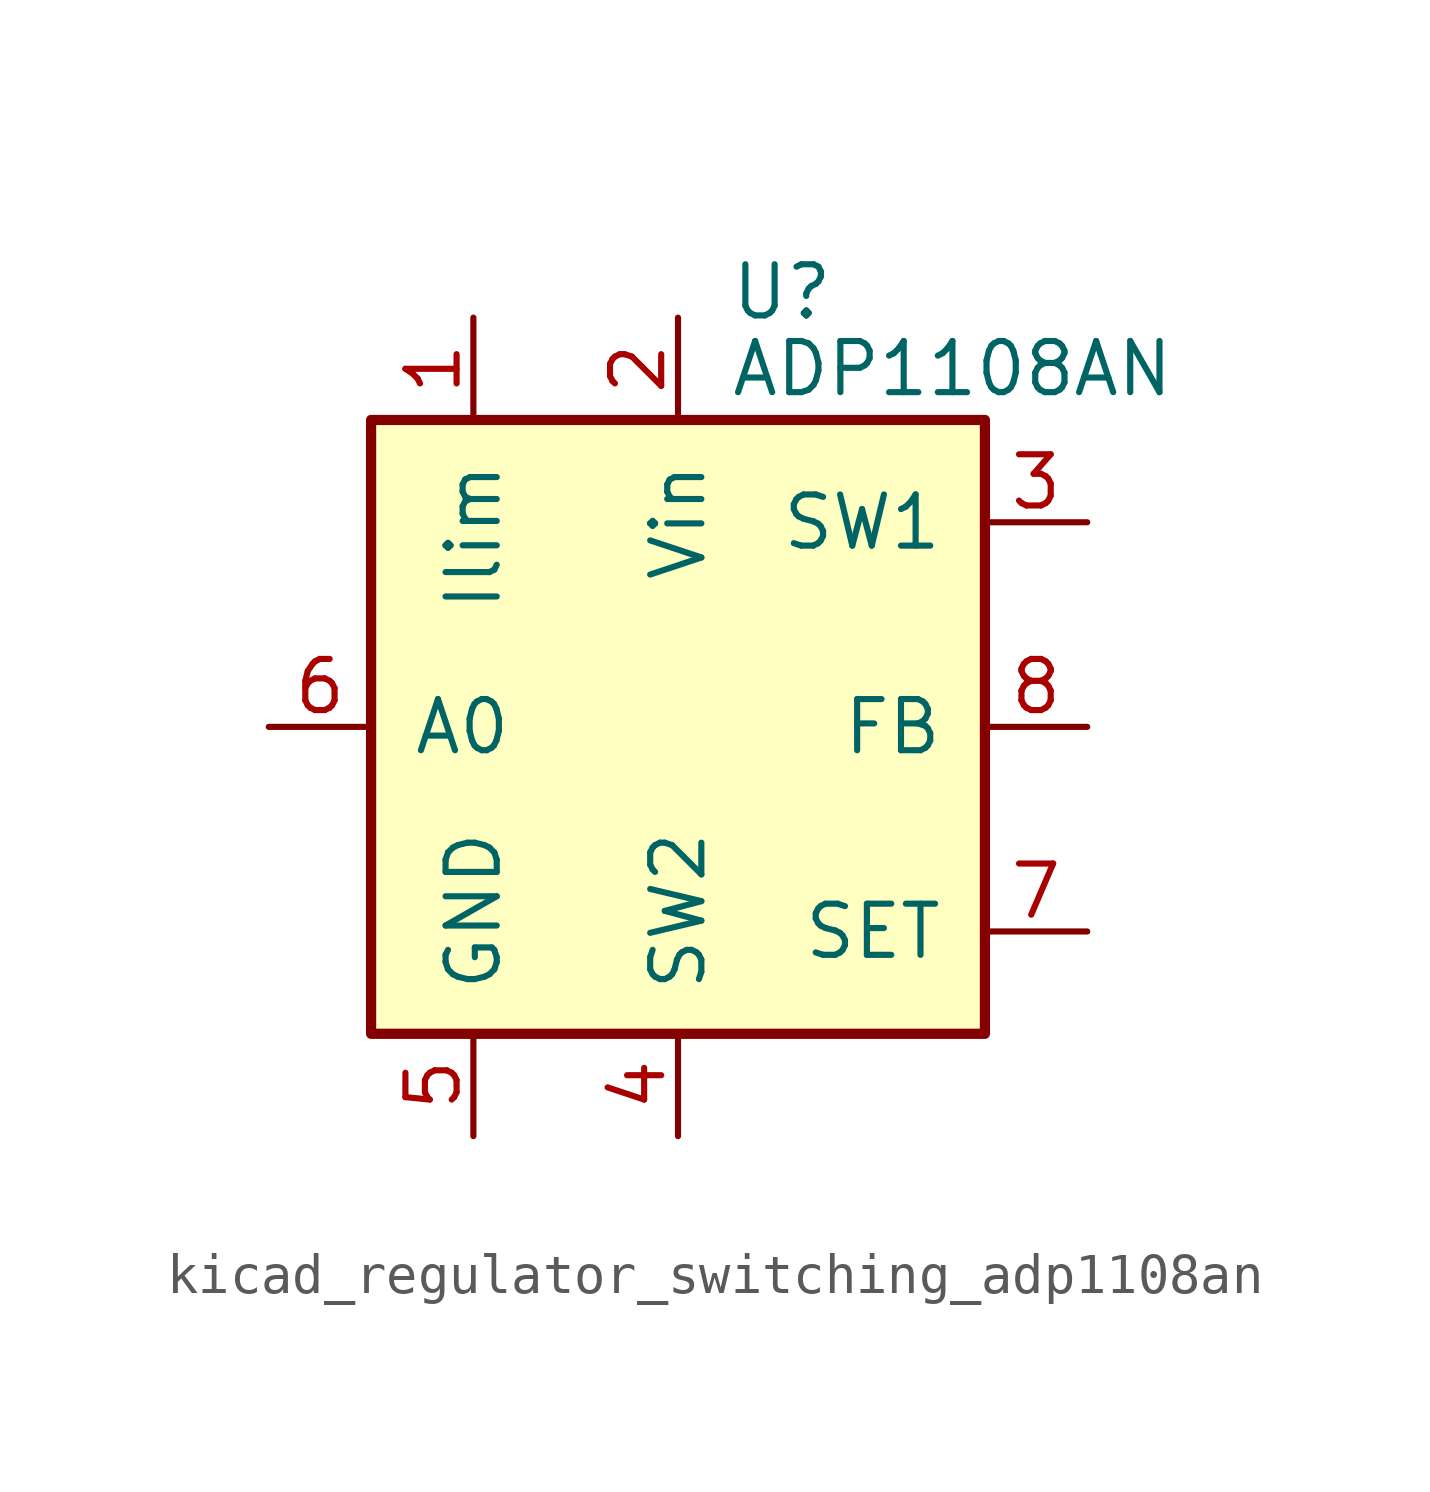
<source format=kicad_sym>
(kicad_symbol_lib
  (version 20220914)
  (generator kicad_symbol_editor)
  (symbol "kicad_regulator_switching_adp1108an"
    (pin_names
      (offset 1.016))
    (property "Reference" "U"
      (at 1.27 10.795 0)
      (effects (font (size 1.27 1.27)) (justify left)))
    (property "Value" "ADP1108AN"
      (at 1.27 8.89 0)
      (effects (font (size 1.27 1.27)) (justify left)))
    (symbol "kicad_regulator_switching_adp1108an_0_1"
      (rectangle (start -7.62 7.62) (end 7.62 -7.62) (stroke (width 0.254) (type default)) (fill (type background))))
    (symbol "kicad_regulator_switching_adp1108an_1_1"
      (pin input line (at -5.08 10.16 270) (length 2.54) (name "Ilim" (effects (font (size 1.27 1.27)))) (number "1" (effects (font (size 1.27 1.27)))))
      (pin power_in line (at 0 10.16 270) (length 2.54) (name "Vin" (effects (font (size 1.27 1.27)))) (number "2" (effects (font (size 1.27 1.27)))))
      (pin input line (at 10.16 5.08 180) (length 2.54) (name "SW1" (effects (font (size 1.27 1.27)))) (number "3" (effects (font (size 1.27 1.27)))))
      (pin input line (at 0 -10.16 90) (length 2.54) (name "SW2" (effects (font (size 1.27 1.27)))) (number "4" (effects (font (size 1.27 1.27)))))
      (pin power_in line (at -5.08 -10.16 90) (length 2.54) (name "GND" (effects (font (size 1.27 1.27)))) (number "5" (effects (font (size 1.27 1.27)))))
      (pin output line (at -10.16 0 0) (length 2.54) (name "A0" (effects (font (size 1.27 1.27)))) (number "6" (effects (font (size 1.27 1.27)))))
      (pin input line (at 10.16 -5.08 180) (length 2.54) (name "SET" (effects (font (size 1.27 1.27)))) (number "7" (effects (font (size 1.27 1.27)))))
      (pin input line (at 10.16 0 180) (length 2.54) (name "FB" (effects (font (size 1.27 1.27)))) (number "8" (effects (font (size 1.27 1.27))))))))
</source>
